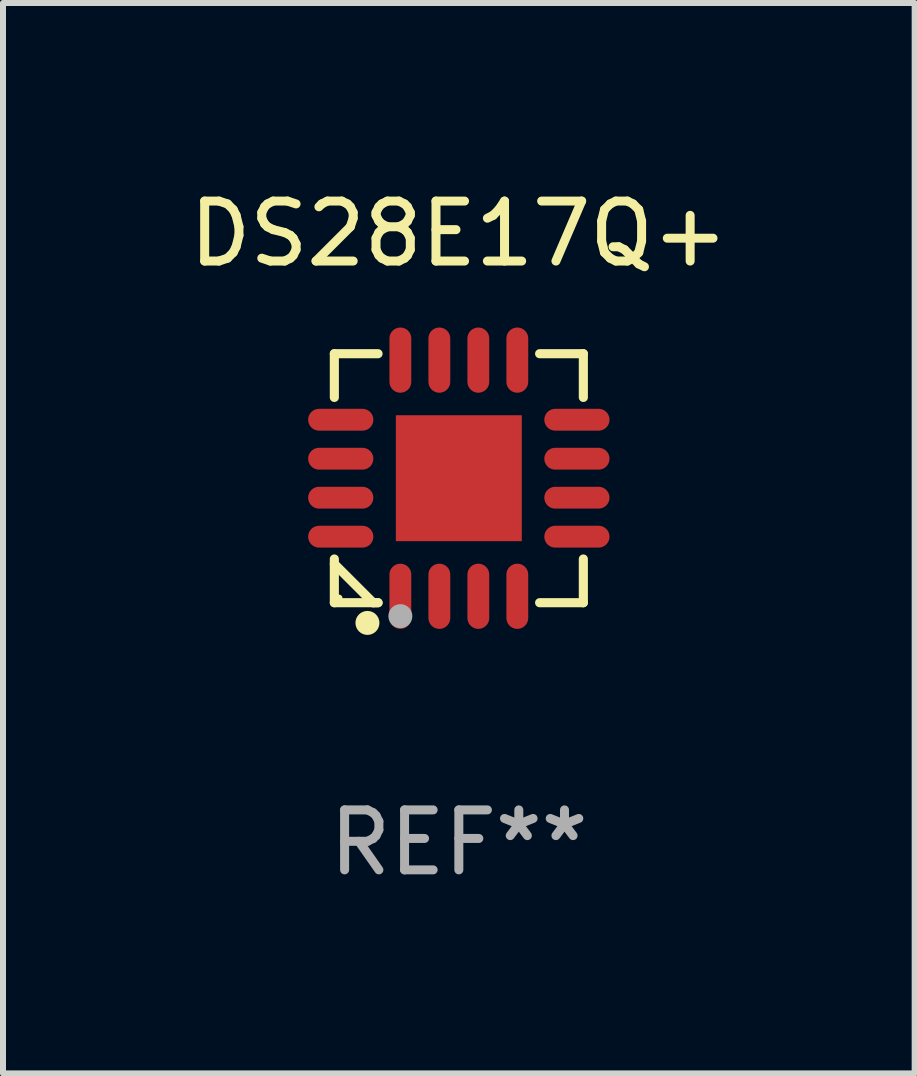
<source format=kicad_pcb>
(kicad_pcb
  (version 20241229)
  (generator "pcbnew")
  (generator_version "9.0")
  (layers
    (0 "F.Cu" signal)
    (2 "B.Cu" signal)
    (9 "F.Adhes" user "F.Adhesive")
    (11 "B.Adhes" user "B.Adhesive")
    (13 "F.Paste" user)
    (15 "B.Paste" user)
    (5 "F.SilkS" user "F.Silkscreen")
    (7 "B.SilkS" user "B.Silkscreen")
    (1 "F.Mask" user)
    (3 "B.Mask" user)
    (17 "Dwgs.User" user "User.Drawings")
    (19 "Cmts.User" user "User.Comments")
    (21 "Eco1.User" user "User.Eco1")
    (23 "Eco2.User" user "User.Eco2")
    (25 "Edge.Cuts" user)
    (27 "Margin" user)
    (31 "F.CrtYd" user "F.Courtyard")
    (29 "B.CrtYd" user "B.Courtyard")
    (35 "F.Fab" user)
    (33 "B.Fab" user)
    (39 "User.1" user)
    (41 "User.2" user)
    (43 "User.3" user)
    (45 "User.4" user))
  (footprint "DS28E17Q+"
    (layer "F.Cu")
    (at 4.601 4.924)
    (property "Reference" "DS28E17Q+" (at 0 -4.076 0) (layer "F.SilkS") (effects (font (size 1 1) (thickness 0.15))))
    (attr through_hole)
    (fp_line (start -2.076 -2.076) (end -1.347 -2.076) (stroke (width 0.152) (type solid)) (layer "F.SilkS"))
    (fp_line (start -2.076 -1.347) (end -2.076 -2.076) (stroke (width 0.152) (type solid)) (layer "F.SilkS"))
    (fp_line (start -2.076 1.347) (end -2.076 2.076) (stroke (width 0.152) (type solid)) (layer "F.SilkS"))
    (fp_line (start -2.076 2.076) (end -1.347 2.076) (stroke (width 0.152) (type solid)) (layer "F.SilkS"))
    (fp_line (start -1.429 2.076) (end -2.076 1.429) (stroke (width 0.152) (type solid)) (layer "F.SilkS"))
    (fp_line (start -1.347 2.076) (end -1.429 2.076) (stroke (width 0.152) (type solid)) (layer "F.SilkS"))
    (fp_line (start 2.076 -2.076) (end 1.347 -2.076) (stroke (width 0.152) (type solid)) (layer "F.SilkS"))
    (fp_line (start 2.076 -1.347) (end 2.076 -2.076) (stroke (width 0.152) (type solid)) (layer "F.SilkS"))
    (fp_line (start 2.076 1.347) (end 2.076 2.076) (stroke (width 0.152) (type solid)) (layer "F.SilkS"))
    (fp_line (start 2.076 2.076) (end 1.347 2.076) (stroke (width 0.152) (type solid)) (layer "F.SilkS"))
    (fp_circle (center -2 2) (end -1.97 2) (stroke (width 0.06) (type solid)) (fill no) (layer "F.SilkS"))
    (fp_circle (center -1.524 2.413) (end -1.424 2.413) (stroke (width 0.2) (type solid)) (fill no) (layer "F.SilkS"))
    (fp_circle (center -0.975 2.3) (end -0.875 2.3) (stroke (width 0.2) (type solid)) (fill no) (layer "F.Fab"))
    (fp_text user "REF**" (at 0 6.076 0) (layer "F.Fab") (effects (font (size 1 1) (thickness 0.15))))
    (pad "1" smd oval (at -0.975 1.969) (size 0.364 1.087) (layers "F.Cu" "F.Mask" "F.Paste"))
    (pad "2" smd oval (at -0.325 1.969) (size 0.364 1.087) (layers "F.Cu" "F.Mask" "F.Paste"))
    (pad "3" smd oval (at 0.325 1.969) (size 0.364 1.087) (layers "F.Cu" "F.Mask" "F.Paste"))
    (pad "4" smd oval (at 0.975 1.969) (size 0.364 1.087) (layers "F.Cu" "F.Mask" "F.Paste"))
    (pad "5" smd oval (at 1.969 0.975) (size 1.087 0.364) (layers "F.Cu" "F.Mask" "F.Paste"))
    (pad "6" smd oval (at 1.969 0.325) (size 1.087 0.364) (layers "F.Cu" "F.Mask" "F.Paste"))
    (pad "7" smd oval (at 1.969 -0.325) (size 1.087 0.364) (layers "F.Cu" "F.Mask" "F.Paste"))
    (pad "8" smd oval (at 1.969 -0.975) (size 1.087 0.364) (layers "F.Cu" "F.Mask" "F.Paste"))
    (pad "9" smd oval (at 0.975 -1.969) (size 0.364 1.087) (layers "F.Cu" "F.Mask" "F.Paste"))
    (pad "10" smd oval (at 0.325 -1.969) (size 0.364 1.087) (layers "F.Cu" "F.Mask" "F.Paste"))
    (pad "11" smd oval (at -0.325 -1.969) (size 0.364 1.087) (layers "F.Cu" "F.Mask" "F.Paste"))
    (pad "12" smd oval (at -0.975 -1.969) (size 0.364 1.087) (layers "F.Cu" "F.Mask" "F.Paste"))
    (pad "13" smd oval (at -1.969 -0.975) (size 1.087 0.364) (layers "F.Cu" "F.Mask" "F.Paste"))
    (pad "14" smd oval (at -1.969 -0.325) (size 1.087 0.364) (layers "F.Cu" "F.Mask" "F.Paste"))
    (pad "15" smd oval (at -1.969 0.325) (size 1.087 0.364) (layers "F.Cu" "F.Mask" "F.Paste"))
    (pad "16" smd oval (at -1.969 0.975) (size 1.087 0.364) (layers "F.Cu" "F.Mask" "F.Paste"))
    (pad "17" smd rect (at 0 0) (size 2.1 2.1) (layers "F.Cu" "F.Mask" "F.Paste")))
  (gr_rect
    (start -3 -3)
    (end 12.202 14.849)
    (stroke (width 0.1) (type default))
    (fill no)
    (layer "Edge.Cuts")))
</source>
